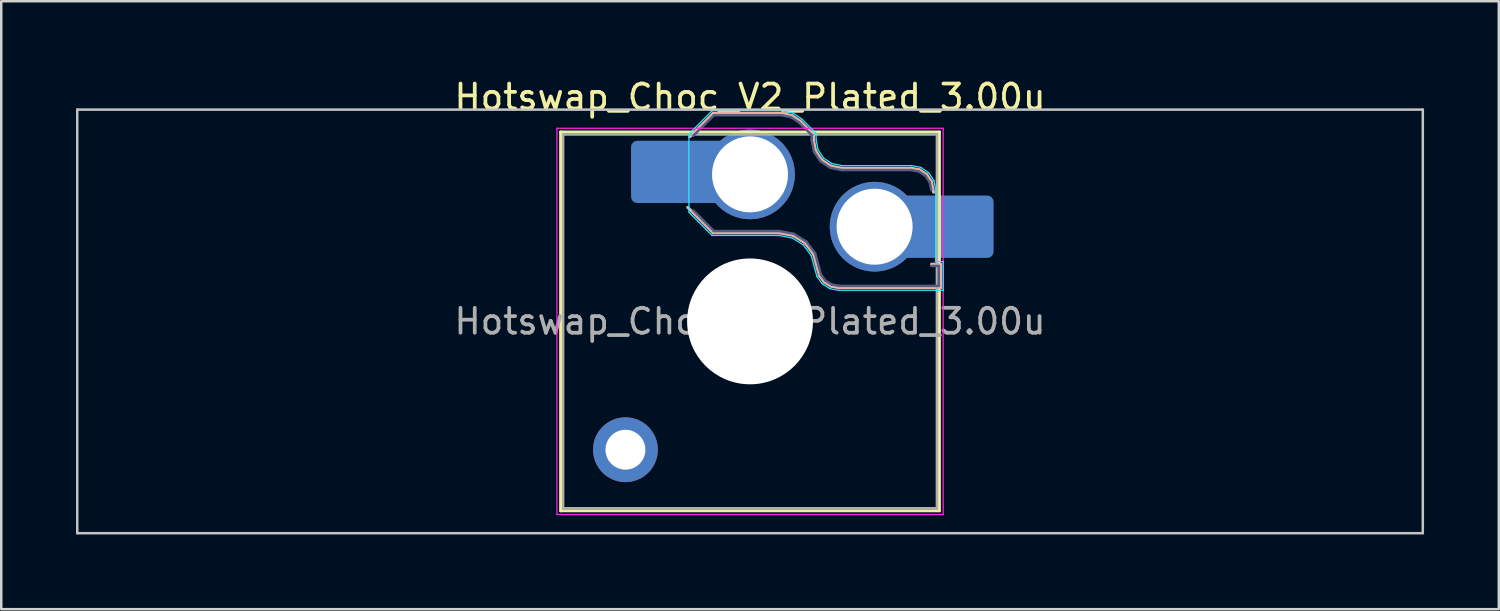
<source format=kicad_pcb>
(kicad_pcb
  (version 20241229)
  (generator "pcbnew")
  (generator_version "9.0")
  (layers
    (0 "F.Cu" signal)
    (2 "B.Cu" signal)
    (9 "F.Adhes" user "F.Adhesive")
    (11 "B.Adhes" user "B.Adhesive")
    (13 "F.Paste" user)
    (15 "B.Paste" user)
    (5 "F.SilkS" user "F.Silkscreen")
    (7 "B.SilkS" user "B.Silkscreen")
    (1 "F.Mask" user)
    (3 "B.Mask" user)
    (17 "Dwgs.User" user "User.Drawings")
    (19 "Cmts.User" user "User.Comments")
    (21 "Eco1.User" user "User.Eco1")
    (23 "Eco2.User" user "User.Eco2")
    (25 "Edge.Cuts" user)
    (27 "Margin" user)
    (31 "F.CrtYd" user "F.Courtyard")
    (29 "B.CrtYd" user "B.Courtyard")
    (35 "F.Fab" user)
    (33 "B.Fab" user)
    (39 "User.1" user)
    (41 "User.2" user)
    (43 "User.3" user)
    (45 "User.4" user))
  (footprint "Hotswap_Choc_V2_Plated_3.00u"
    (layer "F.Cu")
    (at 27.05 9.848)
    (property "Reference" "Hotswap_Choc_V2_Plated_3.00u" (at 0 -9 0) (layer "F.SilkS") (effects (font (size 1 1) (thickness 0.15))))
    (attr smd)
    (fp_line (start -7.6 -7.6) (end -7.6 7.6) (stroke (width 0.12) (type solid)) (layer "F.SilkS"))
    (fp_line (start -7.6 7.6) (end 7.6 7.6) (stroke (width 0.12) (type solid)) (layer "F.SilkS"))
    (fp_line (start 7.6 -7.6) (end -7.6 -7.6) (stroke (width 0.12) (type solid)) (layer "F.SilkS"))
    (fp_line (start 7.6 7.6) (end 7.6 -7.6) (stroke (width 0.12) (type solid)) (layer "F.SilkS"))
    (fp_line (start -2.416 -7.409) (end -1.479 -8.346) (stroke (width 0.12) (type solid)) (layer "B.SilkS"))
    (fp_line (start -1.479 -8.346) (end 1.268 -8.346) (stroke (width 0.12) (type solid)) (layer "B.SilkS"))
    (fp_line (start -1.479 -3.554) (end -2.5 -4.575) (stroke (width 0.12) (type solid)) (layer "B.SilkS"))
    (fp_line (start 1.168 -3.554) (end -1.479 -3.554) (stroke (width 0.12) (type solid)) (layer "B.SilkS"))
    (fp_line (start 1.268 -8.346) (end 1.671 -8.266) (stroke (width 0.12) (type solid)) (layer "B.SilkS"))
    (fp_line (start 1.671 -8.266) (end 2.013 -8.037) (stroke (width 0.12) (type solid)) (layer "B.SilkS"))
    (fp_line (start 1.73 -3.449) (end 1.168 -3.554) (stroke (width 0.12) (type solid)) (layer "B.SilkS"))
    (fp_line (start 2.013 -8.037) (end 2.546 -7.504) (stroke (width 0.12) (type solid)) (layer "B.SilkS"))
    (fp_line (start 2.209 -3.15) (end 1.73 -3.449) (stroke (width 0.12) (type solid)) (layer "B.SilkS"))
    (fp_line (start 2.546 -7.504) (end 2.546 -7.282) (stroke (width 0.12) (type solid)) (layer "B.SilkS"))
    (fp_line (start 2.546 -7.282) (end 2.633 -6.844) (stroke (width 0.12) (type solid)) (layer "B.SilkS"))
    (fp_line (start 2.547 -2.697) (end 2.209 -3.15) (stroke (width 0.12) (type solid)) (layer "B.SilkS"))
    (fp_line (start 2.633 -6.844) (end 2.877 -6.477) (stroke (width 0.12) (type solid)) (layer "B.SilkS"))
    (fp_line (start 2.701 -2.139) (end 2.547 -2.697) (stroke (width 0.12) (type solid)) (layer "B.SilkS"))
    (fp_line (start 2.783 -1.841) (end 2.701 -2.139) (stroke (width 0.12) (type solid)) (layer "B.SilkS"))
    (fp_line (start 2.877 -6.477) (end 3.244 -6.233) (stroke (width 0.12) (type solid)) (layer "B.SilkS"))
    (fp_line (start 2.976 -1.583) (end 2.783 -1.841) (stroke (width 0.12) (type solid)) (layer "B.SilkS"))
    (fp_line (start 3.244 -6.233) (end 3.682 -6.146) (stroke (width 0.12) (type solid)) (layer "B.SilkS"))
    (fp_line (start 3.25 -1.413) (end 2.976 -1.583) (stroke (width 0.12) (type solid)) (layer "B.SilkS"))
    (fp_line (start 3.56 -1.354) (end 3.25 -1.413) (stroke (width 0.12) (type solid)) (layer "B.SilkS"))
    (fp_line (start 3.682 -6.146) (end 6.482 -6.146) (stroke (width 0.12) (type solid)) (layer "B.SilkS"))
    (fp_line (start 6.482 -6.146) (end 6.809 -6.081) (stroke (width 0.12) (type solid)) (layer "B.SilkS"))
    (fp_line (start 6.809 -6.081) (end 7.092 -5.892) (stroke (width 0.12) (type solid)) (layer "B.SilkS"))
    (fp_line (start 7.092 -5.892) (end 7.281 -5.609) (stroke (width 0.12) (type solid)) (layer "B.SilkS"))
    (fp_line (start 7.281 -5.609) (end 7.366 -5.182) (stroke (width 0.12) (type solid)) (layer "B.SilkS"))
    (fp_line (start 7.283 -2.296) (end 7.646 -2.296) (stroke (width 0.12) (type solid)) (layer "B.SilkS"))
    (fp_line (start 7.646 -2.296) (end 7.646 -1.354) (stroke (width 0.12) (type solid)) (layer "B.SilkS"))
    (fp_line (start 7.646 -1.354) (end 3.56 -1.354) (stroke (width 0.12) (type solid)) (layer "B.SilkS"))
    (fp_line (start -27 -8.5) (end -27 8.5) (stroke (width 0.1) (type solid)) (layer "Dwgs.User"))
    (fp_line (start -27 8.5) (end 27 8.5) (stroke (width 0.1) (type solid)) (layer "Dwgs.User"))
    (fp_line (start 27 -8.5) (end -27 -8.5) (stroke (width 0.1) (type solid)) (layer "Dwgs.User"))
    (fp_line (start 27 8.5) (end 27 -8.5) (stroke (width 0.1) (type solid)) (layer "Dwgs.User"))
    (fp_line (start -7.25 -7.25) (end -7.25 7.25) (stroke (width 0.1) (type solid)) (layer "Eco1.User"))
    (fp_line (start -7.25 7.25) (end 7.25 7.25) (stroke (width 0.1) (type solid)) (layer "Eco1.User"))
    (fp_line (start 7.25 -7.25) (end -7.25 -7.25) (stroke (width 0.1) (type solid)) (layer "Eco1.User"))
    (fp_line (start 7.25 7.25) (end 7.25 -7.25) (stroke (width 0.1) (type solid)) (layer "Eco1.User"))
    (fp_line (start -2.452 -7.523) (end -1.523 -8.452) (stroke (width 0.05) (type solid)) (layer "B.CrtYd"))
    (fp_line (start -2.452 -4.377) (end -2.452 -7.523) (stroke (width 0.05) (type solid)) (layer "B.CrtYd"))
    (fp_line (start -1.523 -8.452) (end 1.278 -8.452) (stroke (width 0.05) (type solid)) (layer "B.CrtYd"))
    (fp_line (start -1.523 -3.448) (end -2.452 -4.377) (stroke (width 0.05) (type solid)) (layer "B.CrtYd"))
    (fp_line (start 1.159 -3.448) (end -1.523 -3.448) (stroke (width 0.05) (type solid)) (layer "B.CrtYd"))
    (fp_line (start 1.278 -8.452) (end 1.712 -8.366) (stroke (width 0.05) (type solid)) (layer "B.CrtYd"))
    (fp_line (start 1.691 -3.348) (end 1.159 -3.448) (stroke (width 0.05) (type solid)) (layer "B.CrtYd"))
    (fp_line (start 1.712 -8.366) (end 2.081 -8.119) (stroke (width 0.05) (type solid)) (layer "B.CrtYd"))
    (fp_line (start 2.081 -8.119) (end 2.652 -7.548) (stroke (width 0.05) (type solid)) (layer "B.CrtYd"))
    (fp_line (start 2.136 -3.071) (end 1.691 -3.348) (stroke (width 0.05) (type solid)) (layer "B.CrtYd"))
    (fp_line (start 2.45 -2.65) (end 2.136 -3.071) (stroke (width 0.05) (type solid)) (layer "B.CrtYd"))
    (fp_line (start 2.599 -2.111) (end 2.45 -2.65) (stroke (width 0.05) (type solid)) (layer "B.CrtYd"))
    (fp_line (start 2.652 -7.548) (end 2.652 -7.292) (stroke (width 0.05) (type solid)) (layer "B.CrtYd"))
    (fp_line (start 2.652 -7.292) (end 2.733 -6.885) (stroke (width 0.05) (type solid)) (layer "B.CrtYd"))
    (fp_line (start 2.687 -1.794) (end 2.599 -2.111) (stroke (width 0.05) (type solid)) (layer "B.CrtYd"))
    (fp_line (start 2.733 -6.885) (end 2.953 -6.553) (stroke (width 0.05) (type solid)) (layer "B.CrtYd"))
    (fp_line (start 2.903 -1.503) (end 2.687 -1.794) (stroke (width 0.05) (type solid)) (layer "B.CrtYd"))
    (fp_line (start 2.953 -6.553) (end 3.285 -6.333) (stroke (width 0.05) (type solid)) (layer "B.CrtYd"))
    (fp_line (start 3.211 -1.312) (end 2.903 -1.503) (stroke (width 0.05) (type solid)) (layer "B.CrtYd"))
    (fp_line (start 3.285 -6.333) (end 3.692 -6.252) (stroke (width 0.05) (type solid)) (layer "B.CrtYd"))
    (fp_line (start 3.55 -1.248) (end 3.211 -1.312) (stroke (width 0.05) (type solid)) (layer "B.CrtYd"))
    (fp_line (start 3.692 -6.252) (end 6.492 -6.252) (stroke (width 0.05) (type solid)) (layer "B.CrtYd"))
    (fp_line (start 6.492 -6.252) (end 6.85 -6.181) (stroke (width 0.05) (type solid)) (layer "B.CrtYd"))
    (fp_line (start 6.85 -6.181) (end 7.168 -5.968) (stroke (width 0.05) (type solid)) (layer "B.CrtYd"))
    (fp_line (start 7.168 -5.968) (end 7.381 -5.65) (stroke (width 0.05) (type solid)) (layer "B.CrtYd"))
    (fp_line (start 7.381 -5.65) (end 7.452 -5.292) (stroke (width 0.05) (type solid)) (layer "B.CrtYd"))
    (fp_line (start 7.452 -5.292) (end 7.452 -2.402) (stroke (width 0.05) (type solid)) (layer "B.CrtYd"))
    (fp_line (start 7.452 -2.402) (end 7.752 -2.402) (stroke (width 0.05) (type solid)) (layer "B.CrtYd"))
    (fp_line (start 7.752 -2.402) (end 7.752 -1.248) (stroke (width 0.05) (type solid)) (layer "B.CrtYd"))
    (fp_line (start 7.752 -1.248) (end 3.55 -1.248) (stroke (width 0.05) (type solid)) (layer "B.CrtYd"))
    (fp_line (start -7.75 -7.75) (end -7.75 7.75) (stroke (width 0.05) (type solid)) (layer "F.CrtYd"))
    (fp_line (start -7.75 7.75) (end 7.75 7.75) (stroke (width 0.05) (type solid)) (layer "F.CrtYd"))
    (fp_line (start 7.75 -7.75) (end -7.75 -7.75) (stroke (width 0.05) (type solid)) (layer "F.CrtYd"))
    (fp_line (start 7.75 7.75) (end 7.75 -7.75) (stroke (width 0.05) (type solid)) (layer "F.CrtYd"))
    (fp_line (start -2.275 -7.45) (end -1.45 -8.275) (stroke (width 0.1) (type solid)) (layer "B.Fab"))
    (fp_line (start -1.45 -8.275) (end 1.261 -8.275) (stroke (width 0.1) (type solid)) (layer "B.Fab"))
    (fp_line (start -1.45 -3.625) (end -2.275 -4.45) (stroke (width 0.1) (type solid)) (layer "B.Fab"))
    (fp_line (start 1.175 -3.625) (end -1.45 -3.625) (stroke (width 0.1) (type solid)) (layer "B.Fab"))
    (fp_line (start 1.261 -8.275) (end 1.643 -8.199) (stroke (width 0.1) (type solid)) (layer "B.Fab"))
    (fp_line (start 1.643 -8.199) (end 1.968 -7.982) (stroke (width 0.1) (type solid)) (layer "B.Fab"))
    (fp_line (start 1.756 -3.516) (end 1.175 -3.625) (stroke (width 0.1) (type solid)) (layer "B.Fab"))
    (fp_line (start 1.968 -7.982) (end 2.475 -7.475) (stroke (width 0.1) (type solid)) (layer "B.Fab"))
    (fp_line (start 2.258 -3.203) (end 1.756 -3.516) (stroke (width 0.1) (type solid)) (layer "B.Fab"))
    (fp_line (start 2.475 -7.475) (end 2.475 -7.275) (stroke (width 0.1) (type solid)) (layer "B.Fab"))
    (fp_line (start 2.475 -7.275) (end 2.566 -6.816) (stroke (width 0.1) (type solid)) (layer "B.Fab"))
    (fp_line (start 2.566 -6.816) (end 2.826 -6.426) (stroke (width 0.1) (type solid)) (layer "B.Fab"))
    (fp_line (start 2.612 -2.729) (end 2.258 -3.203) (stroke (width 0.1) (type solid)) (layer "B.Fab"))
    (fp_line (start 2.769 -2.158) (end 2.612 -2.729) (stroke (width 0.1) (type solid)) (layer "B.Fab"))
    (fp_line (start 2.826 -6.426) (end 3.216 -6.166) (stroke (width 0.1) (type solid)) (layer "B.Fab"))
    (fp_line (start 2.848 -1.873) (end 2.769 -2.158) (stroke (width 0.1) (type solid)) (layer "B.Fab"))
    (fp_line (start 3.025 -1.636) (end 2.848 -1.873) (stroke (width 0.1) (type solid)) (layer "B.Fab"))
    (fp_line (start 3.216 -6.166) (end 3.675 -6.075) (stroke (width 0.1) (type solid)) (layer "B.Fab"))
    (fp_line (start 3.276 -1.48) (end 3.025 -1.636) (stroke (width 0.1) (type solid)) (layer "B.Fab"))
    (fp_line (start 3.567 -1.425) (end 3.276 -1.48) (stroke (width 0.1) (type solid)) (layer "B.Fab"))
    (fp_line (start 3.675 -6.075) (end 6.475 -6.075) (stroke (width 0.1) (type solid)) (layer "B.Fab"))
    (fp_line (start 6.475 -6.075) (end 6.781 -6.014) (stroke (width 0.1) (type solid)) (layer "B.Fab"))
    (fp_line (start 6.781 -6.014) (end 7.041 -5.841) (stroke (width 0.1) (type solid)) (layer "B.Fab"))
    (fp_line (start 7.041 -5.841) (end 7.214 -5.581) (stroke (width 0.1) (type solid)) (layer "B.Fab"))
    (fp_line (start 7.214 -5.581) (end 7.275 -5.275) (stroke (width 0.1) (type solid)) (layer "B.Fab"))
    (fp_line (start 7.275 -2.225) (end 7.575 -2.225) (stroke (width 0.1) (type solid)) (layer "B.Fab"))
    (fp_line (start 7.575 -2.225) (end 7.575 -1.425) (stroke (width 0.1) (type solid)) (layer "B.Fab"))
    (fp_line (start 7.575 -1.425) (end 3.567 -1.425) (stroke (width 0.1) (type solid)) (layer "B.Fab"))
    (fp_line (start -7.5 -7.5) (end -7.5 7.5) (stroke (width 0.1) (type solid)) (layer "F.Fab"))
    (fp_line (start -7.5 7.5) (end 7.5 7.5) (stroke (width 0.1) (type solid)) (layer "F.Fab"))
    (fp_line (start 7.5 -7.5) (end -7.5 -7.5) (stroke (width 0.1) (type solid)) (layer "F.Fab"))
    (fp_line (start 7.5 7.5) (end 7.5 -7.5) (stroke (width 0.1) (type solid)) (layer "F.Fab"))
    (fp_text user "${REFERENCE}" (at 0 0 0) (layer "F.Fab") (effects (font (size 1 1) (thickness 0.15))))
    (pad "" thru_hole circle (at -5 5.15) (size 2.6 2.6) (drill 1.6) (layers "*.Cu" "*.Mask"))
    (pad "" smd roundrect (at -3.5 -6) (size 2.55 2.5) (layers "B.Mask" "B.Paste") (roundrect_rratio 0.1))
    (pad "" np_thru_hole circle (at 0 0) (size 5.05 5.05) (drill 5.05) (layers "*.Cu" "*.Mask"))
    (pad "" smd roundrect (at 8.5 -3.8) (size 2.55 2.5) (layers "B.Mask" "B.Paste") (roundrect_rratio 0.1))
    (pad "1" smd roundrect (at -2.85 -6) (size 3.85 2.5) (layers "B.Cu") (roundrect_rratio 0.1))
    (pad "1" thru_hole circle (at 0 -5.9) (size 3.6 3.6) (drill 3.05) (layers "*.Cu" "*.Mask"))
    (pad "2" thru_hole circle (at 5 -3.8) (size 3.6 3.6) (drill 3.05) (layers "*.Cu" "*.Mask"))
    (pad "2" smd roundrect (at 7.85 -3.8) (size 3.85 2.5) (layers "B.Cu") (roundrect_rratio 0.1)))
  (gr_rect
    (start -3 -3)
    (end 57.1 21.398)
    (stroke (width 0.1) (type default))
    (fill no)
    (layer "Edge.Cuts")))
</source>
